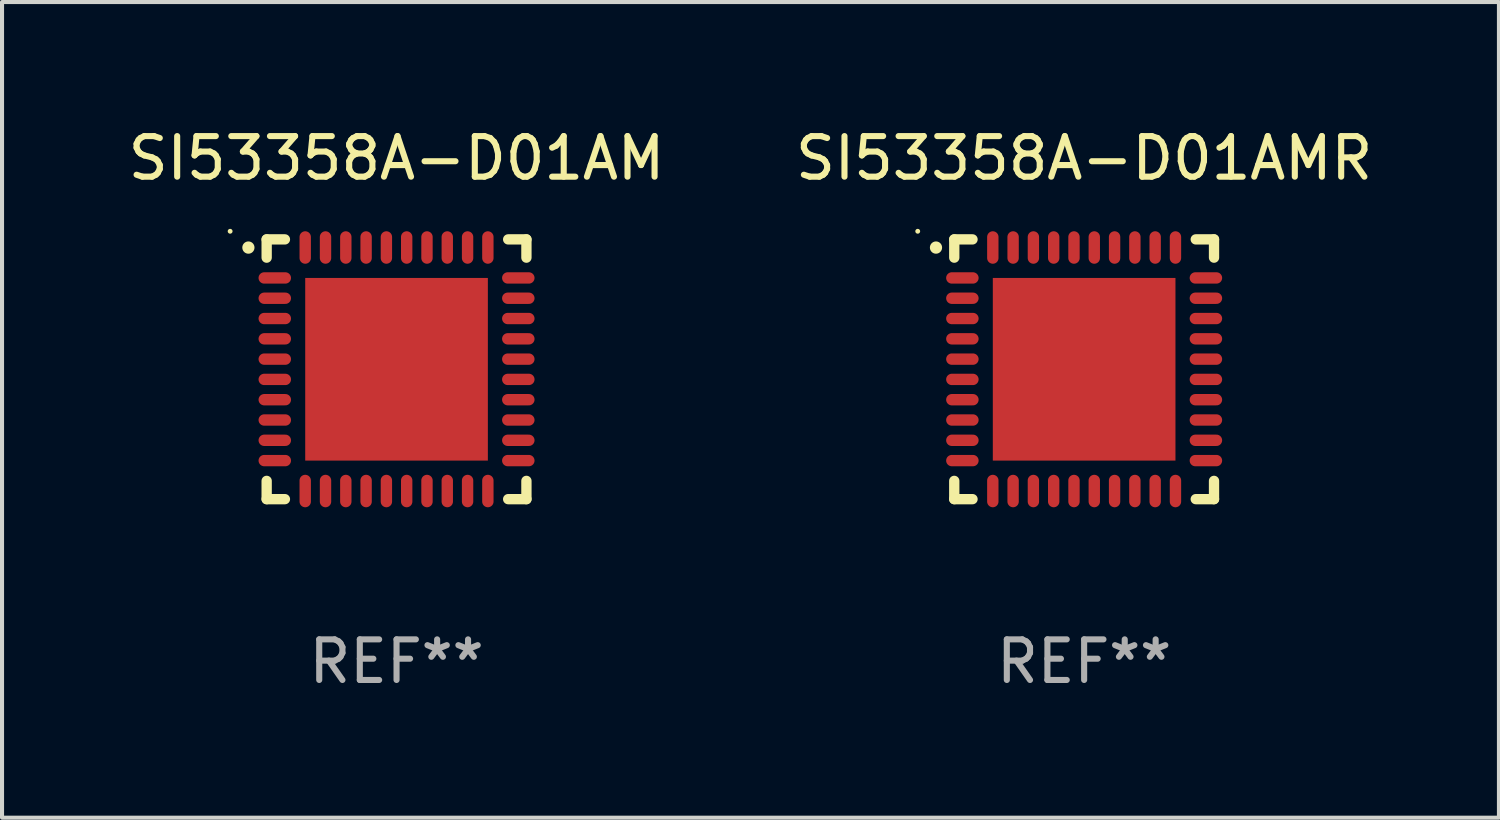
<source format=kicad_pcb>
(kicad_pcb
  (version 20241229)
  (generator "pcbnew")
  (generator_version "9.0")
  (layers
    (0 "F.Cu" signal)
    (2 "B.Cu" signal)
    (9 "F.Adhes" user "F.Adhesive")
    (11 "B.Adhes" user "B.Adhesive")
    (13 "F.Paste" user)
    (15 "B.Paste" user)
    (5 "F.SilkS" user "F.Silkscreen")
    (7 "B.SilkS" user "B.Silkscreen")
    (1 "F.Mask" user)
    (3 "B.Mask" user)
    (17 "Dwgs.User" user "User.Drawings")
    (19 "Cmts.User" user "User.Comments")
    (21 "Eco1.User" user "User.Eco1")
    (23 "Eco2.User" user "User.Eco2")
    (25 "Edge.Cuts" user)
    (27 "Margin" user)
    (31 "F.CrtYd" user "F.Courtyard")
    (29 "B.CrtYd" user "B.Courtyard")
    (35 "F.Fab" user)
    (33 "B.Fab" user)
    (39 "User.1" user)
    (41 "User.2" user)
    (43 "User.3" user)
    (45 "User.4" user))
  (footprint "SI53358A-D01AM"
    (layer "F.Cu")
    (at 6.72 6.048)
    (property "Reference" "SI53358A-D01AM" (at 0 -5.2 0) (layer "F.SilkS") (effects (font (size 1 1) (thickness 0.15))))
    (attr through_hole)
    (fp_line (start -3.2 -3.2) (end -2.75 -3.2) (stroke (width 0.254) (type solid)) (layer "F.SilkS"))
    (fp_line (start -3.2 -2.75) (end -3.2 -3.2) (stroke (width 0.254) (type solid)) (layer "F.SilkS"))
    (fp_line (start -3.2 3.2) (end -3.2 2.75) (stroke (width 0.254) (type solid)) (layer "F.SilkS"))
    (fp_line (start -2.75 3.2) (end -3.2 3.2) (stroke (width 0.254) (type solid)) (layer "F.SilkS"))
    (fp_line (start 2.75 3.2) (end 3.2 3.2) (stroke (width 0.254) (type solid)) (layer "F.SilkS"))
    (fp_line (start 3.2 -3.2) (end 2.75 -3.2) (stroke (width 0.254) (type solid)) (layer "F.SilkS"))
    (fp_line (start 3.2 -2.75) (end 3.2 -3.2) (stroke (width 0.254) (type solid)) (layer "F.SilkS"))
    (fp_line (start 3.2 3.2) (end 3.2 2.75) (stroke (width 0.254) (type solid)) (layer "F.SilkS"))
    (fp_arc (start -3.649987 -2.997206) (mid -3.649992 -2.998476) (end -3.649987 -2.999746) (stroke (width 0.3) (type solid)) (layer "F.SilkS"))
    (fp_circle (center -4.1 -3.4) (end -4.07 -3.4) (stroke (width 0.06) (type solid)) (fill no) (layer "F.SilkS"))
    (fp_text user "REF**" (at 0 7.2 0) (layer "F.Fab") (effects (font (size 1 1) (thickness 0.15))))
    (pad "1" smd oval (at -3 -2.25 90) (size 0.28 0.8) (layers "F.Cu" "F.Mask" "F.Paste"))
    (pad "2" smd oval (at -3 -1.75 90) (size 0.28 0.8) (layers "F.Cu" "F.Mask" "F.Paste"))
    (pad "3" smd oval (at -3 -1.25 90) (size 0.28 0.8) (layers "F.Cu" "F.Mask" "F.Paste"))
    (pad "4" smd oval (at -3 -0.75 90) (size 0.28 0.8) (layers "F.Cu" "F.Mask" "F.Paste"))
    (pad "5" smd oval (at -3 -0.25 90) (size 0.28 0.8) (layers "F.Cu" "F.Mask" "F.Paste"))
    (pad "6" smd oval (at -3 0.25 90) (size 0.28 0.8) (layers "F.Cu" "F.Mask" "F.Paste"))
    (pad "7" smd oval (at -3 0.75 90) (size 0.28 0.8) (layers "F.Cu" "F.Mask" "F.Paste"))
    (pad "8" smd oval (at -3 1.25 90) (size 0.28 0.8) (layers "F.Cu" "F.Mask" "F.Paste"))
    (pad "9" smd oval (at -3 1.75 90) (size 0.28 0.8) (layers "F.Cu" "F.Mask" "F.Paste"))
    (pad "10" smd oval (at -3 2.25 90) (size 0.28 0.8) (layers "F.Cu" "F.Mask" "F.Paste"))
    (pad "11" smd oval (at -2.25 3) (size 0.28 0.8) (layers "F.Cu" "F.Mask" "F.Paste"))
    (pad "12" smd oval (at -1.75 3) (size 0.28 0.8) (layers "F.Cu" "F.Mask" "F.Paste"))
    (pad "13" smd oval (at -1.25 3) (size 0.28 0.8) (layers "F.Cu" "F.Mask" "F.Paste"))
    (pad "14" smd oval (at -0.75 3) (size 0.28 0.8) (layers "F.Cu" "F.Mask" "F.Paste"))
    (pad "15" smd oval (at -0.25 3) (size 0.28 0.8) (layers "F.Cu" "F.Mask" "F.Paste"))
    (pad "16" smd oval (at 0.25 3) (size 0.28 0.8) (layers "F.Cu" "F.Mask" "F.Paste"))
    (pad "17" smd oval (at 0.75 3) (size 0.28 0.8) (layers "F.Cu" "F.Mask" "F.Paste"))
    (pad "18" smd oval (at 1.25 3) (size 0.28 0.8) (layers "F.Cu" "F.Mask" "F.Paste"))
    (pad "19" smd oval (at 1.75 3) (size 0.28 0.8) (layers "F.Cu" "F.Mask" "F.Paste"))
    (pad "20" smd oval (at 2.25 3) (size 0.28 0.8) (layers "F.Cu" "F.Mask" "F.Paste"))
    (pad "21" smd oval (at 3 2.25 90) (size 0.28 0.8) (layers "F.Cu" "F.Mask" "F.Paste"))
    (pad "22" smd oval (at 3 1.75 90) (size 0.28 0.8) (layers "F.Cu" "F.Mask" "F.Paste"))
    (pad "23" smd oval (at 3 1.25 90) (size 0.28 0.8) (layers "F.Cu" "F.Mask" "F.Paste"))
    (pad "24" smd oval (at 3 0.75 90) (size 0.28 0.8) (layers "F.Cu" "F.Mask" "F.Paste"))
    (pad "25" smd oval (at 3 0.25 90) (size 0.28 0.8) (layers "F.Cu" "F.Mask" "F.Paste"))
    (pad "26" smd oval (at 3 -0.25 90) (size 0.28 0.8) (layers "F.Cu" "F.Mask" "F.Paste"))
    (pad "27" smd oval (at 3 -0.75 90) (size 0.28 0.8) (layers "F.Cu" "F.Mask" "F.Paste"))
    (pad "28" smd oval (at 3 -1.25 90) (size 0.28 0.8) (layers "F.Cu" "F.Mask" "F.Paste"))
    (pad "29" smd oval (at 3 -1.75 90) (size 0.28 0.8) (layers "F.Cu" "F.Mask" "F.Paste"))
    (pad "30" smd oval (at 3 -2.25 90) (size 0.28 0.8) (layers "F.Cu" "F.Mask" "F.Paste"))
    (pad "31" smd oval (at 2.25 -3) (size 0.28 0.8) (layers "F.Cu" "F.Mask" "F.Paste"))
    (pad "32" smd oval (at 1.75 -3) (size 0.28 0.8) (layers "F.Cu" "F.Mask" "F.Paste"))
    (pad "33" smd oval (at 1.25 -3) (size 0.28 0.8) (layers "F.Cu" "F.Mask" "F.Paste"))
    (pad "34" smd oval (at 0.75 -3) (size 0.28 0.8) (layers "F.Cu" "F.Mask" "F.Paste"))
    (pad "35" smd oval (at 0.25 -3) (size 0.28 0.8) (layers "F.Cu" "F.Mask" "F.Paste"))
    (pad "36" smd oval (at -0.25 -3) (size 0.28 0.8) (layers "F.Cu" "F.Mask" "F.Paste"))
    (pad "37" smd oval (at -0.75 -3) (size 0.28 0.8) (layers "F.Cu" "F.Mask" "F.Paste"))
    (pad "38" smd oval (at -1.25 -3) (size 0.28 0.8) (layers "F.Cu" "F.Mask" "F.Paste"))
    (pad "39" smd oval (at -1.75 -3) (size 0.28 0.8) (layers "F.Cu" "F.Mask" "F.Paste"))
    (pad "40" smd oval (at -2.25 -3) (size 0.28 0.8) (layers "F.Cu" "F.Mask" "F.Paste"))
    (pad "41" smd rect (at 0 0) (size 4.5 4.5) (layers "F.Cu" "F.Mask" "F.Paste")))
  (footprint "SI53358A-D01AMR"
    (layer "F.Cu")
    (at 23.661 6.048)
    (property "Reference" "SI53358A-D01AMR" (at 0 -5.2 0) (layer "F.SilkS") (effects (font (size 1 1) (thickness 0.15))))
    (attr through_hole)
    (fp_line (start -3.2 -3.2) (end -2.75 -3.2) (stroke (width 0.254) (type solid)) (layer "F.SilkS"))
    (fp_line (start -3.2 -2.75) (end -3.2 -3.2) (stroke (width 0.254) (type solid)) (layer "F.SilkS"))
    (fp_line (start -3.2 3.2) (end -3.2 2.75) (stroke (width 0.254) (type solid)) (layer "F.SilkS"))
    (fp_line (start -2.75 3.2) (end -3.2 3.2) (stroke (width 0.254) (type solid)) (layer "F.SilkS"))
    (fp_line (start 2.75 3.2) (end 3.2 3.2) (stroke (width 0.254) (type solid)) (layer "F.SilkS"))
    (fp_line (start 3.2 -3.2) (end 2.75 -3.2) (stroke (width 0.254) (type solid)) (layer "F.SilkS"))
    (fp_line (start 3.2 -2.75) (end 3.2 -3.2) (stroke (width 0.254) (type solid)) (layer "F.SilkS"))
    (fp_line (start 3.2 3.2) (end 3.2 2.75) (stroke (width 0.254) (type solid)) (layer "F.SilkS"))
    (fp_arc (start -3.649987 -2.997206) (mid -3.649992 -2.998476) (end -3.649987 -2.999746) (stroke (width 0.3) (type solid)) (layer "F.SilkS"))
    (fp_circle (center -4.1 -3.4) (end -4.07 -3.4) (stroke (width 0.06) (type solid)) (fill no) (layer "F.SilkS"))
    (fp_text user "REF**" (at 0 7.2 0) (layer "F.Fab") (effects (font (size 1 1) (thickness 0.15))))
    (pad "1" smd oval (at -3 -2.25 90) (size 0.28 0.8) (layers "F.Cu" "F.Mask" "F.Paste"))
    (pad "2" smd oval (at -3 -1.75 90) (size 0.28 0.8) (layers "F.Cu" "F.Mask" "F.Paste"))
    (pad "3" smd oval (at -3 -1.25 90) (size 0.28 0.8) (layers "F.Cu" "F.Mask" "F.Paste"))
    (pad "4" smd oval (at -3 -0.75 90) (size 0.28 0.8) (layers "F.Cu" "F.Mask" "F.Paste"))
    (pad "5" smd oval (at -3 -0.25 90) (size 0.28 0.8) (layers "F.Cu" "F.Mask" "F.Paste"))
    (pad "6" smd oval (at -3 0.25 90) (size 0.28 0.8) (layers "F.Cu" "F.Mask" "F.Paste"))
    (pad "7" smd oval (at -3 0.75 90) (size 0.28 0.8) (layers "F.Cu" "F.Mask" "F.Paste"))
    (pad "8" smd oval (at -3 1.25 90) (size 0.28 0.8) (layers "F.Cu" "F.Mask" "F.Paste"))
    (pad "9" smd oval (at -3 1.75 90) (size 0.28 0.8) (layers "F.Cu" "F.Mask" "F.Paste"))
    (pad "10" smd oval (at -3 2.25 90) (size 0.28 0.8) (layers "F.Cu" "F.Mask" "F.Paste"))
    (pad "11" smd oval (at -2.25 3) (size 0.28 0.8) (layers "F.Cu" "F.Mask" "F.Paste"))
    (pad "12" smd oval (at -1.75 3) (size 0.28 0.8) (layers "F.Cu" "F.Mask" "F.Paste"))
    (pad "13" smd oval (at -1.25 3) (size 0.28 0.8) (layers "F.Cu" "F.Mask" "F.Paste"))
    (pad "14" smd oval (at -0.75 3) (size 0.28 0.8) (layers "F.Cu" "F.Mask" "F.Paste"))
    (pad "15" smd oval (at -0.25 3) (size 0.28 0.8) (layers "F.Cu" "F.Mask" "F.Paste"))
    (pad "16" smd oval (at 0.25 3) (size 0.28 0.8) (layers "F.Cu" "F.Mask" "F.Paste"))
    (pad "17" smd oval (at 0.75 3) (size 0.28 0.8) (layers "F.Cu" "F.Mask" "F.Paste"))
    (pad "18" smd oval (at 1.25 3) (size 0.28 0.8) (layers "F.Cu" "F.Mask" "F.Paste"))
    (pad "19" smd oval (at 1.75 3) (size 0.28 0.8) (layers "F.Cu" "F.Mask" "F.Paste"))
    (pad "20" smd oval (at 2.25 3) (size 0.28 0.8) (layers "F.Cu" "F.Mask" "F.Paste"))
    (pad "21" smd oval (at 3 2.25 90) (size 0.28 0.8) (layers "F.Cu" "F.Mask" "F.Paste"))
    (pad "22" smd oval (at 3 1.75 90) (size 0.28 0.8) (layers "F.Cu" "F.Mask" "F.Paste"))
    (pad "23" smd oval (at 3 1.25 90) (size 0.28 0.8) (layers "F.Cu" "F.Mask" "F.Paste"))
    (pad "24" smd oval (at 3 0.75 90) (size 0.28 0.8) (layers "F.Cu" "F.Mask" "F.Paste"))
    (pad "25" smd oval (at 3 0.25 90) (size 0.28 0.8) (layers "F.Cu" "F.Mask" "F.Paste"))
    (pad "26" smd oval (at 3 -0.25 90) (size 0.28 0.8) (layers "F.Cu" "F.Mask" "F.Paste"))
    (pad "27" smd oval (at 3 -0.75 90) (size 0.28 0.8) (layers "F.Cu" "F.Mask" "F.Paste"))
    (pad "28" smd oval (at 3 -1.25 90) (size 0.28 0.8) (layers "F.Cu" "F.Mask" "F.Paste"))
    (pad "29" smd oval (at 3 -1.75 90) (size 0.28 0.8) (layers "F.Cu" "F.Mask" "F.Paste"))
    (pad "30" smd oval (at 3 -2.25 90) (size 0.28 0.8) (layers "F.Cu" "F.Mask" "F.Paste"))
    (pad "31" smd oval (at 2.25 -3) (size 0.28 0.8) (layers "F.Cu" "F.Mask" "F.Paste"))
    (pad "32" smd oval (at 1.75 -3) (size 0.28 0.8) (layers "F.Cu" "F.Mask" "F.Paste"))
    (pad "33" smd oval (at 1.25 -3) (size 0.28 0.8) (layers "F.Cu" "F.Mask" "F.Paste"))
    (pad "34" smd oval (at 0.75 -3) (size 0.28 0.8) (layers "F.Cu" "F.Mask" "F.Paste"))
    (pad "35" smd oval (at 0.25 -3) (size 0.28 0.8) (layers "F.Cu" "F.Mask" "F.Paste"))
    (pad "36" smd oval (at -0.25 -3) (size 0.28 0.8) (layers "F.Cu" "F.Mask" "F.Paste"))
    (pad "37" smd oval (at -0.75 -3) (size 0.28 0.8) (layers "F.Cu" "F.Mask" "F.Paste"))
    (pad "38" smd oval (at -1.25 -3) (size 0.28 0.8) (layers "F.Cu" "F.Mask" "F.Paste"))
    (pad "39" smd oval (at -1.75 -3) (size 0.28 0.8) (layers "F.Cu" "F.Mask" "F.Paste"))
    (pad "40" smd oval (at -2.25 -3) (size 0.28 0.8) (layers "F.Cu" "F.Mask" "F.Paste"))
    (pad "41" smd rect (at 0 0) (size 4.5 4.5) (layers "F.Cu" "F.Mask" "F.Paste")))
  (gr_rect
    (start -3 -3)
    (end 33.881 17.096)
    (stroke (width 0.1) (type default))
    (fill no)
    (layer "Edge.Cuts")))
</source>
